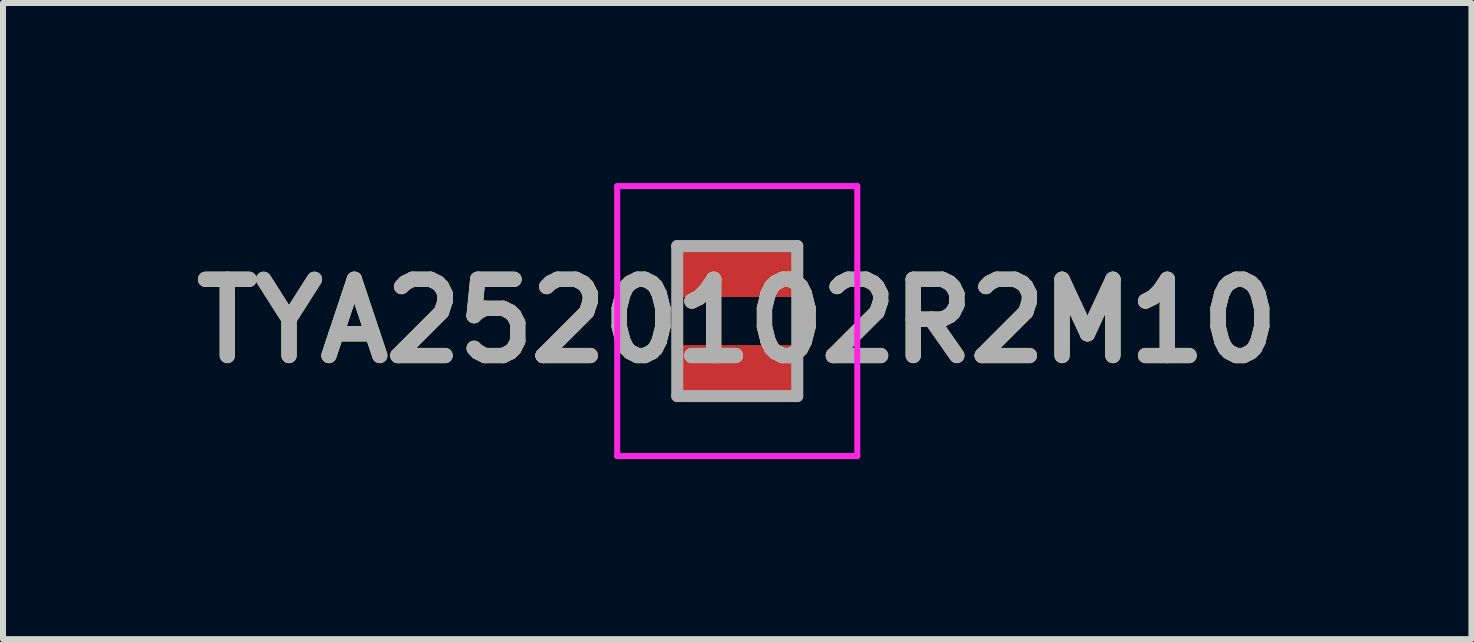
<source format=kicad_pcb>
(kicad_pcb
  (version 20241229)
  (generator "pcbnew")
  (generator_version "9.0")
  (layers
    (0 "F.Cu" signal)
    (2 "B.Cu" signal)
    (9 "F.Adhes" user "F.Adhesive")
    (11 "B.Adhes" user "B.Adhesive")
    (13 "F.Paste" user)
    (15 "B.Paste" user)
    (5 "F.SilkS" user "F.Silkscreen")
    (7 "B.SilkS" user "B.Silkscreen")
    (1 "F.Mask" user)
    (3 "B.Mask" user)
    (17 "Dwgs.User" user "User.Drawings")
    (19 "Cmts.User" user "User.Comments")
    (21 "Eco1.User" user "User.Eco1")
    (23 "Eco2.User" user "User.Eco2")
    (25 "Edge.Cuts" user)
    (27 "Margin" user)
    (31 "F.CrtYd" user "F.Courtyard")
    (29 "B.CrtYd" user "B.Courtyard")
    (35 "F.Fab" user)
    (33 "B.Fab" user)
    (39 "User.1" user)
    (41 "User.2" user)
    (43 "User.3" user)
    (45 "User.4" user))
  (footprint "TYA2520102R2M10"
    (layer "F.Cu")
    (at 9.235 2.3)
    (property "Reference" "TYA2520102R2M10" (at 0 0 0) (layer "F.SilkS") (effects (font (size 1.27 1.27) (thickness 0.254))))
    (attr smd)
    (fp_line (start -1 0.05) (end -1 -0.05) (stroke (width 0.1) (type solid)) (layer "F.SilkS"))
    (fp_line (start 1 0.05) (end 1 -0.05) (stroke (width 0.1) (type solid)) (layer "F.SilkS"))
    (fp_line (start -2 -2.25) (end 2 -2.25) (stroke (width 0.1) (type solid)) (layer "F.CrtYd"))
    (fp_line (start -2 2.25) (end -2 -2.25) (stroke (width 0.1) (type solid)) (layer "F.CrtYd"))
    (fp_line (start 2 -2.25) (end 2 2.25) (stroke (width 0.1) (type solid)) (layer "F.CrtYd"))
    (fp_line (start 2 2.25) (end -2 2.25) (stroke (width 0.1) (type solid)) (layer "F.CrtYd"))
    (fp_line (start -1 -1.25) (end 1 -1.25) (stroke (width 0.2) (type solid)) (layer "F.Fab"))
    (fp_line (start -1 1.25) (end -1 -1.25) (stroke (width 0.2) (type solid)) (layer "F.Fab"))
    (fp_line (start 1 -1.25) (end 1 1.25) (stroke (width 0.2) (type solid)) (layer "F.Fab"))
    (fp_line (start 1 1.25) (end -1 1.25) (stroke (width 0.2) (type solid)) (layer "F.Fab"))
    (fp_text user "${REFERENCE}" (at 0 0 0) (layer "F.Fab") (effects (font (size 1.27 1.27) (thickness 0.254))))
    (pad "1" smd rect (at 0 -0.825 90) (size 0.85 2) (layers "F.Cu" "F.Mask" "F.Paste"))
    (pad "2" smd rect (at 0 0.825 90) (size 0.85 2) (layers "F.Cu" "F.Mask" "F.Paste")))
  (gr_rect
    (start -3 -3)
    (end 21.469 7.6)
    (stroke (width 0.1) (type default))
    (fill no)
    (layer "Edge.Cuts")))
</source>
